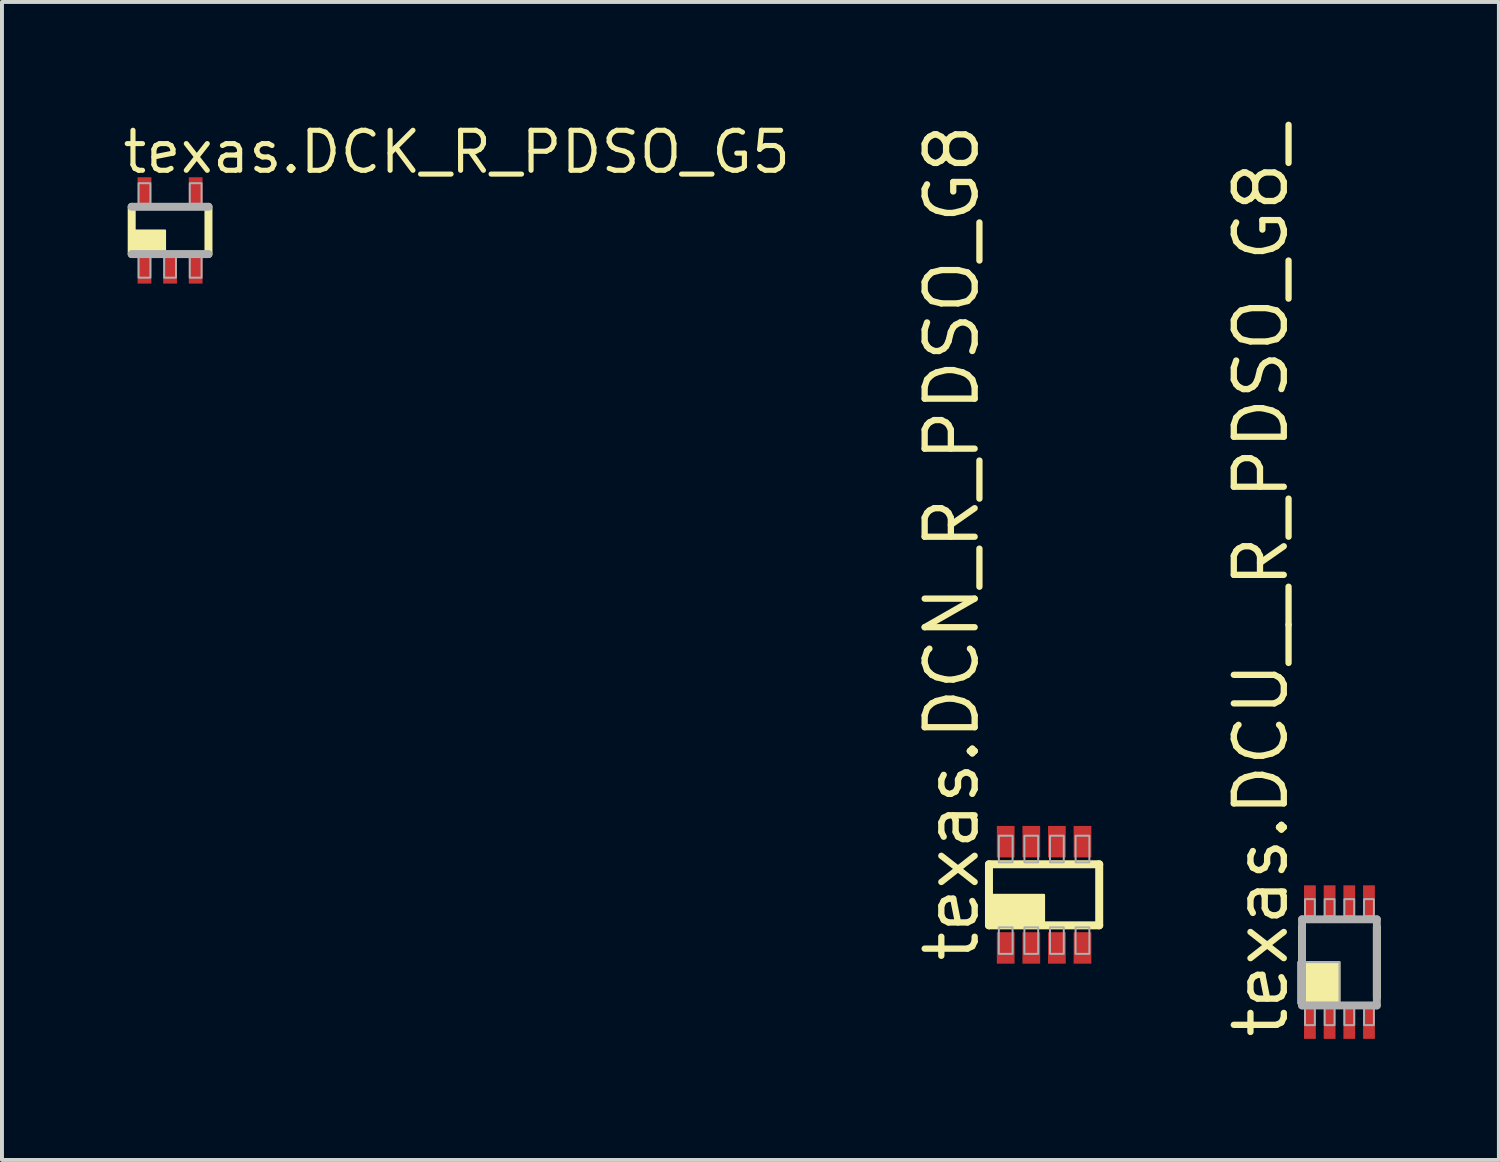
<source format=kicad_pcb>
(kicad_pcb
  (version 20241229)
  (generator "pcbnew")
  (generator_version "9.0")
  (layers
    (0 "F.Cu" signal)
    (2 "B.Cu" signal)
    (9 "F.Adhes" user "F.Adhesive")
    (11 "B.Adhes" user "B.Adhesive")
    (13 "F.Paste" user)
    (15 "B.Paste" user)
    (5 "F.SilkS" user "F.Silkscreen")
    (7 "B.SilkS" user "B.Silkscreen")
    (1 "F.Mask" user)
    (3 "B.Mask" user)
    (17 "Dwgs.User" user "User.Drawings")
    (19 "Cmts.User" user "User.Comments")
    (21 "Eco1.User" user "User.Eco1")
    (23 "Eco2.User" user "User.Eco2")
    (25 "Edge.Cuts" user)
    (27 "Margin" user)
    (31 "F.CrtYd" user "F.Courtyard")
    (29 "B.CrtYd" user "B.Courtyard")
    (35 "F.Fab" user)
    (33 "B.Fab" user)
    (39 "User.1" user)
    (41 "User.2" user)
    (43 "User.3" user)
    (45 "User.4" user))
  (footprint "texas.DCN_R_PDSO_G8"
    (layer "F.Cu")
    (at 23.47 19.678)
    (property "Reference" "texas.DCN_R_PDSO_G8" (at -1.6 1.775 90) (layer "F.SilkS") (effects (font (size 1.27 1.27) (thickness 0.16)) (justify left bottom)))
    (attr smd)
    (fp_rect (start -1.225 -0.875) (end -0.725 -1.825) (stroke (width 0.05) (type default)) (fill yes) (layer "F.Mask"))
    (fp_rect (start -1.225 -0.875) (end -0.725 -1.825) (stroke (width 0.05) (type default)) (fill yes) (layer "F.Mask"))
    (fp_rect (start -1.225 1.825) (end -0.725 0.875) (stroke (width 0.05) (type default)) (fill yes) (layer "F.Mask"))
    (fp_rect (start -0.575 -0.875) (end -0.075 -1.825) (stroke (width 0.05) (type default)) (fill yes) (layer "F.Mask"))
    (fp_rect (start -0.575 -0.875) (end -0.075 -1.825) (stroke (width 0.05) (type default)) (fill yes) (layer "F.Mask"))
    (fp_rect (start -0.575 1.825) (end -0.075 0.875) (stroke (width 0.05) (type default)) (fill yes) (layer "F.Mask"))
    (fp_rect (start 0.075 -0.875) (end 0.575 -1.825) (stroke (width 0.05) (type default)) (fill yes) (layer "F.Mask"))
    (fp_rect (start 0.075 -0.875) (end 0.575 -1.825) (stroke (width 0.05) (type default)) (fill yes) (layer "F.Mask"))
    (fp_rect (start 0.075 1.825) (end 0.575 0.875) (stroke (width 0.05) (type default)) (fill yes) (layer "F.Mask"))
    (fp_rect (start 0.725 -0.875) (end 1.225 -1.825) (stroke (width 0.05) (type default)) (fill yes) (layer "F.Mask"))
    (fp_rect (start 0.725 -0.875) (end 1.225 -1.825) (stroke (width 0.05) (type default)) (fill yes) (layer "F.Mask"))
    (fp_rect (start 0.725 1.825) (end 1.225 0.875) (stroke (width 0.05) (type default)) (fill yes) (layer "F.Mask"))
    (fp_line (start -1.4 -0.775) (end 1.4 -0.775) (stroke (width 0.203) (type default)) (layer "F.SilkS"))
    (fp_line (start -1.4 0.775) (end -1.4 -0.775) (stroke (width 0.203) (type default)) (layer "F.SilkS"))
    (fp_line (start 1.4 -0.775) (end 1.4 0.775) (stroke (width 0.203) (type default)) (layer "F.SilkS"))
    (fp_line (start 1.4 0.775) (end -1.4 0.775) (stroke (width 0.203) (type default)) (layer "F.SilkS"))
    (fp_rect (start -1.4 0.75) (end 0 0) (stroke (width 0.05) (type default)) (fill yes) (layer "F.SilkS"))
    (fp_rect (start -1.175 -0.975) (end -0.775 -1.725) (stroke (width 0.05) (type default)) (fill yes) (layer "F.Paste"))
    (fp_rect (start -1.175 1.725) (end -0.775 0.975) (stroke (width 0.05) (type default)) (fill yes) (layer "F.Paste"))
    (fp_rect (start -0.525 -0.975) (end -0.125 -1.725) (stroke (width 0.05) (type default)) (fill yes) (layer "F.Paste"))
    (fp_rect (start -0.525 1.725) (end -0.125 0.975) (stroke (width 0.05) (type default)) (fill yes) (layer "F.Paste"))
    (fp_rect (start 0.125 -0.975) (end 0.525 -1.725) (stroke (width 0.05) (type default)) (fill yes) (layer "F.Paste"))
    (fp_rect (start 0.125 1.725) (end 0.525 0.975) (stroke (width 0.05) (type default)) (fill yes) (layer "F.Paste"))
    (fp_rect (start 0.775 -0.975) (end 1.175 -1.725) (stroke (width 0.05) (type default)) (fill yes) (layer "F.Paste"))
    (fp_rect (start 0.775 1.725) (end 1.175 0.975) (stroke (width 0.05) (type default)) (fill yes) (layer "F.Paste"))
    (fp_rect (start -1.15 -0.825) (end -0.8 -1.5) (stroke (width 0.05) (type default)) (fill no) (layer "F.Fab"))
    (fp_rect (start -1.15 1.5) (end -0.8 0.825) (stroke (width 0.05) (type default)) (fill no) (layer "F.Fab"))
    (fp_rect (start -0.5 -0.825) (end -0.15 -1.5) (stroke (width 0.05) (type default)) (fill no) (layer "F.Fab"))
    (fp_rect (start -0.5 1.5) (end -0.15 0.825) (stroke (width 0.05) (type default)) (fill no) (layer "F.Fab"))
    (fp_rect (start 0.15 -0.825) (end 0.5 -1.5) (stroke (width 0.05) (type default)) (fill no) (layer "F.Fab"))
    (fp_rect (start 0.15 1.5) (end 0.5 0.825) (stroke (width 0.05) (type default)) (fill no) (layer "F.Fab"))
    (fp_rect (start 0.8 -0.825) (end 1.15 -1.5) (stroke (width 0.05) (type default)) (fill no) (layer "F.Fab"))
    (fp_rect (start 0.8 1.5) (end 1.15 0.825) (stroke (width 0.05) (type default)) (fill no) (layer "F.Fab"))
    (pad "1" smd roundrect (at -0.975 1.35) (size 0.45 0.8) (layers "F.Cu" "F.Mask" "F.Paste") (roundrect_rratio 0.01))
    (pad "2" smd roundrect (at -0.325 1.35) (size 0.45 0.8) (layers "F.Cu" "F.Mask" "F.Paste") (roundrect_rratio 0.01))
    (pad "3" smd roundrect (at 0.325 1.35) (size 0.45 0.8) (layers "F.Cu" "F.Mask" "F.Paste") (roundrect_rratio 0.01))
    (pad "4" smd roundrect (at 0.975 1.35) (size 0.45 0.8) (layers "F.Cu" "F.Mask" "F.Paste") (roundrect_rratio 0.01))
    (pad "5" smd roundrect (at 0.975 -1.35 180) (size 0.45 0.8) (layers "F.Cu" "F.Mask" "F.Paste") (roundrect_rratio 0.01))
    (pad "6" smd roundrect (at 0.325 -1.35 180) (size 0.45 0.8) (layers "F.Cu" "F.Mask" "F.Paste") (roundrect_rratio 0.01))
    (pad "7" smd roundrect (at -0.325 -1.35 180) (size 0.45 0.8) (layers "F.Cu" "F.Mask" "F.Paste") (roundrect_rratio 0.01))
    (pad "8" smd roundrect (at -0.975 -1.35 180) (size 0.45 0.8) (layers "F.Cu" "F.Mask" "F.Paste") (roundrect_rratio 0.01)))
  (footprint "texas.DCK_R_PDSO_G5"
    (layer "F.Cu")
    (at 1.27 2.803)
    (property "Reference" "texas.DCK_R_PDSO_G5" (at -1.27 -1.397 0) (layer "F.SilkS") (effects (font (size 1.016 1.016) (thickness 0.13)) (justify left bottom)))
    (attr smd)
    (fp_line (start -0.975 0.6) (end -0.975 -0.6) (stroke (width 0.203) (type default)) (layer "F.SilkS"))
    (fp_line (start 0.975 -0.6) (end 0.975 0.6) (stroke (width 0.203) (type default)) (layer "F.SilkS"))
    (fp_rect (start -1.016 0.508) (end -0.127 0) (stroke (width 0.05) (type default)) (fill yes) (layer "F.SilkS"))
    (fp_line (start -0.975 -0.6) (end 0.975 -0.6) (stroke (width 0.203) (type default)) (layer "F.Fab"))
    (fp_line (start 0.975 0.6) (end -0.975 0.6) (stroke (width 0.203) (type default)) (layer "F.Fab"))
    (fp_rect (start -0.8 -0.675) (end -0.5 -1.2) (stroke (width 0.05) (type default)) (fill no) (layer "F.Fab"))
    (fp_rect (start -0.8 1.2) (end -0.5 0.675) (stroke (width 0.05) (type default)) (fill no) (layer "F.Fab"))
    (fp_rect (start -0.15 1.2) (end 0.15 0.675) (stroke (width 0.05) (type default)) (fill no) (layer "F.Fab"))
    (fp_rect (start 0.5 -0.675) (end 0.8 -1.2) (stroke (width 0.05) (type default)) (fill no) (layer "F.Fab"))
    (fp_rect (start 0.5 1.2) (end 0.8 0.675) (stroke (width 0.05) (type default)) (fill no) (layer "F.Fab"))
    (pad "1" smd roundrect (at -0.65 0.95) (size 0.35 0.8) (layers "F.Cu" "F.Mask" "F.Paste") (roundrect_rratio 0.01))
    (pad "2" smd roundrect (at 0 0.95) (size 0.35 0.8) (layers "F.Cu" "F.Mask" "F.Paste") (roundrect_rratio 0.01))
    (pad "3" smd roundrect (at 0.65 0.95) (size 0.35 0.8) (layers "F.Cu" "F.Mask" "F.Paste") (roundrect_rratio 0.01))
    (pad "4" smd roundrect (at 0.65 -0.95) (size 0.35 0.8) (layers "F.Cu" "F.Mask" "F.Paste") (roundrect_rratio 0.01))
    (pad "5" smd roundrect (at -0.65 -0.95) (size 0.35 0.8) (layers "F.Cu" "F.Mask" "F.Paste") (roundrect_rratio 0.01)))
  (footprint "texas.DCU__R_PDSO_G8_"
    (layer "F.Cu")
    (at 30.972 21.388)
    (property "Reference" "texas.DCU__R_PDSO_G8_" (at -1.25 2 90) (layer "F.SilkS") (effects (font (size 1.27 1.27) (thickness 0.16)) (justify left bottom)))
    (attr smd)
    (fp_rect (start -0.95 -1.1) (end -0.55 -2) (stroke (width 0.05) (type default)) (fill yes) (layer "F.Mask"))
    (fp_rect (start -0.95 2) (end -0.55 1.1) (stroke (width 0.05) (type default)) (fill yes) (layer "F.Mask"))
    (fp_rect (start -0.45 -1.1) (end -0.05 -2) (stroke (width 0.05) (type default)) (fill yes) (layer "F.Mask"))
    (fp_rect (start -0.45 2) (end -0.05 1.1) (stroke (width 0.05) (type default)) (fill yes) (layer "F.Mask"))
    (fp_rect (start 0.05 -1.1) (end 0.45 -2) (stroke (width 0.05) (type default)) (fill yes) (layer "F.Mask"))
    (fp_rect (start 0.05 2) (end 0.45 1.1) (stroke (width 0.05) (type default)) (fill yes) (layer "F.Mask"))
    (fp_rect (start 0.55 -1.1) (end 0.95 -2) (stroke (width 0.05) (type default)) (fill yes) (layer "F.Mask"))
    (fp_rect (start 0.55 2) (end 0.95 1.1) (stroke (width 0.05) (type default)) (fill yes) (layer "F.Mask"))
    (fp_line (start -0.95 0.9) (end -0.95 -0.887) (stroke (width 0.2) (type default)) (layer "F.SilkS"))
    (fp_line (start 0.95 -0.887) (end 0.95 0.9) (stroke (width 0.2) (type default)) (layer "F.SilkS"))
    (fp_rect (start -0.95 1) (end 0 0) (stroke (width 0.05) (type default)) (fill yes) (layer "F.SilkS"))
    (fp_rect (start -0.875 -1.175) (end -0.625 -1.925) (stroke (width 0.05) (type default)) (fill yes) (layer "F.Paste"))
    (fp_rect (start -0.875 1.925) (end -0.625 1.175) (stroke (width 0.05) (type default)) (fill yes) (layer "F.Paste"))
    (fp_rect (start -0.375 -1.175) (end -0.125 -1.925) (stroke (width 0.05) (type default)) (fill yes) (layer "F.Paste"))
    (fp_rect (start -0.375 1.925) (end -0.125 1.175) (stroke (width 0.05) (type default)) (fill yes) (layer "F.Paste"))
    (fp_rect (start 0.125 -1.175) (end 0.375 -1.925) (stroke (width 0.05) (type default)) (fill yes) (layer "F.Paste"))
    (fp_rect (start 0.125 1.925) (end 0.375 1.175) (stroke (width 0.05) (type default)) (fill yes) (layer "F.Paste"))
    (fp_rect (start 0.625 -1.175) (end 0.875 -1.925) (stroke (width 0.05) (type default)) (fill yes) (layer "F.Paste"))
    (fp_rect (start 0.625 1.925) (end 0.875 1.175) (stroke (width 0.05) (type default)) (fill yes) (layer "F.Paste"))
    (fp_line (start -0.95 -1.087) (end 0.95 -1.087) (stroke (width 0.2) (type default)) (layer "F.Fab"))
    (fp_line (start -0.95 1.1) (end -0.95 -1.087) (stroke (width 0.2) (type default)) (layer "F.Fab"))
    (fp_line (start 0.95 -1.087) (end 0.95 1.1) (stroke (width 0.2) (type default)) (layer "F.Fab"))
    (fp_line (start 0.95 1.1) (end -0.95 1.1) (stroke (width 0.2) (type default)) (layer "F.Fab"))
    (fp_rect (start -1.05 1.05) (end 0 0) (stroke (width 0.05) (type default)) (fill no) (layer "F.Fab"))
    (fp_rect (start -0.875 -1.163) (end -0.625 -1.6) (stroke (width 0.05) (type default)) (fill no) (layer "F.Fab"))
    (fp_rect (start -0.875 1.6) (end -0.625 1.163) (stroke (width 0.05) (type default)) (fill no) (layer "F.Fab"))
    (fp_rect (start -0.375 -1.163) (end -0.125 -1.6) (stroke (width 0.05) (type default)) (fill no) (layer "F.Fab"))
    (fp_rect (start -0.375 1.6) (end -0.125 1.163) (stroke (width 0.05) (type default)) (fill no) (layer "F.Fab"))
    (fp_rect (start 0.125 -1.163) (end 0.375 -1.6) (stroke (width 0.05) (type default)) (fill no) (layer "F.Fab"))
    (fp_rect (start 0.125 1.6) (end 0.375 1.163) (stroke (width 0.05) (type default)) (fill no) (layer "F.Fab"))
    (fp_rect (start 0.625 -1.163) (end 0.875 -1.6) (stroke (width 0.05) (type default)) (fill no) (layer "F.Fab"))
    (fp_rect (start 0.625 1.6) (end 0.875 1.163) (stroke (width 0.05) (type default)) (fill no) (layer "F.Fab"))
    (pad "1" smd roundrect (at -0.75 1.55) (size 0.3 0.8) (layers "F.Cu" "F.Mask" "F.Paste") (roundrect_rratio 0.01))
    (pad "2" smd roundrect (at -0.25 1.55) (size 0.3 0.8) (layers "F.Cu" "F.Mask" "F.Paste") (roundrect_rratio 0.01))
    (pad "3" smd roundrect (at 0.25 1.55) (size 0.3 0.8) (layers "F.Cu" "F.Mask" "F.Paste") (roundrect_rratio 0.01))
    (pad "4" smd roundrect (at 0.75 1.55) (size 0.3 0.8) (layers "F.Cu" "F.Mask" "F.Paste") (roundrect_rratio 0.01))
    (pad "5" smd roundrect (at 0.75 -1.55 180) (size 0.3 0.8) (layers "F.Cu" "F.Mask" "F.Paste") (roundrect_rratio 0.01))
    (pad "6" smd roundrect (at 0.25 -1.55 180) (size 0.3 0.8) (layers "F.Cu" "F.Mask" "F.Paste") (roundrect_rratio 0.01))
    (pad "7" smd roundrect (at -0.25 -1.55 180) (size 0.3 0.8) (layers "F.Cu" "F.Mask" "F.Paste") (roundrect_rratio 0.01))
    (pad "8" smd roundrect (at -0.75 -1.55 180) (size 0.3 0.8) (layers "F.Cu" "F.Mask" "F.Paste") (roundrect_rratio 0.01)))
  (gr_rect
    (start -3 -3)
    (end 35.022 26.413)
    (stroke (width 0.1) (type default))
    (fill no)
    (layer "Edge.Cuts")))
</source>
